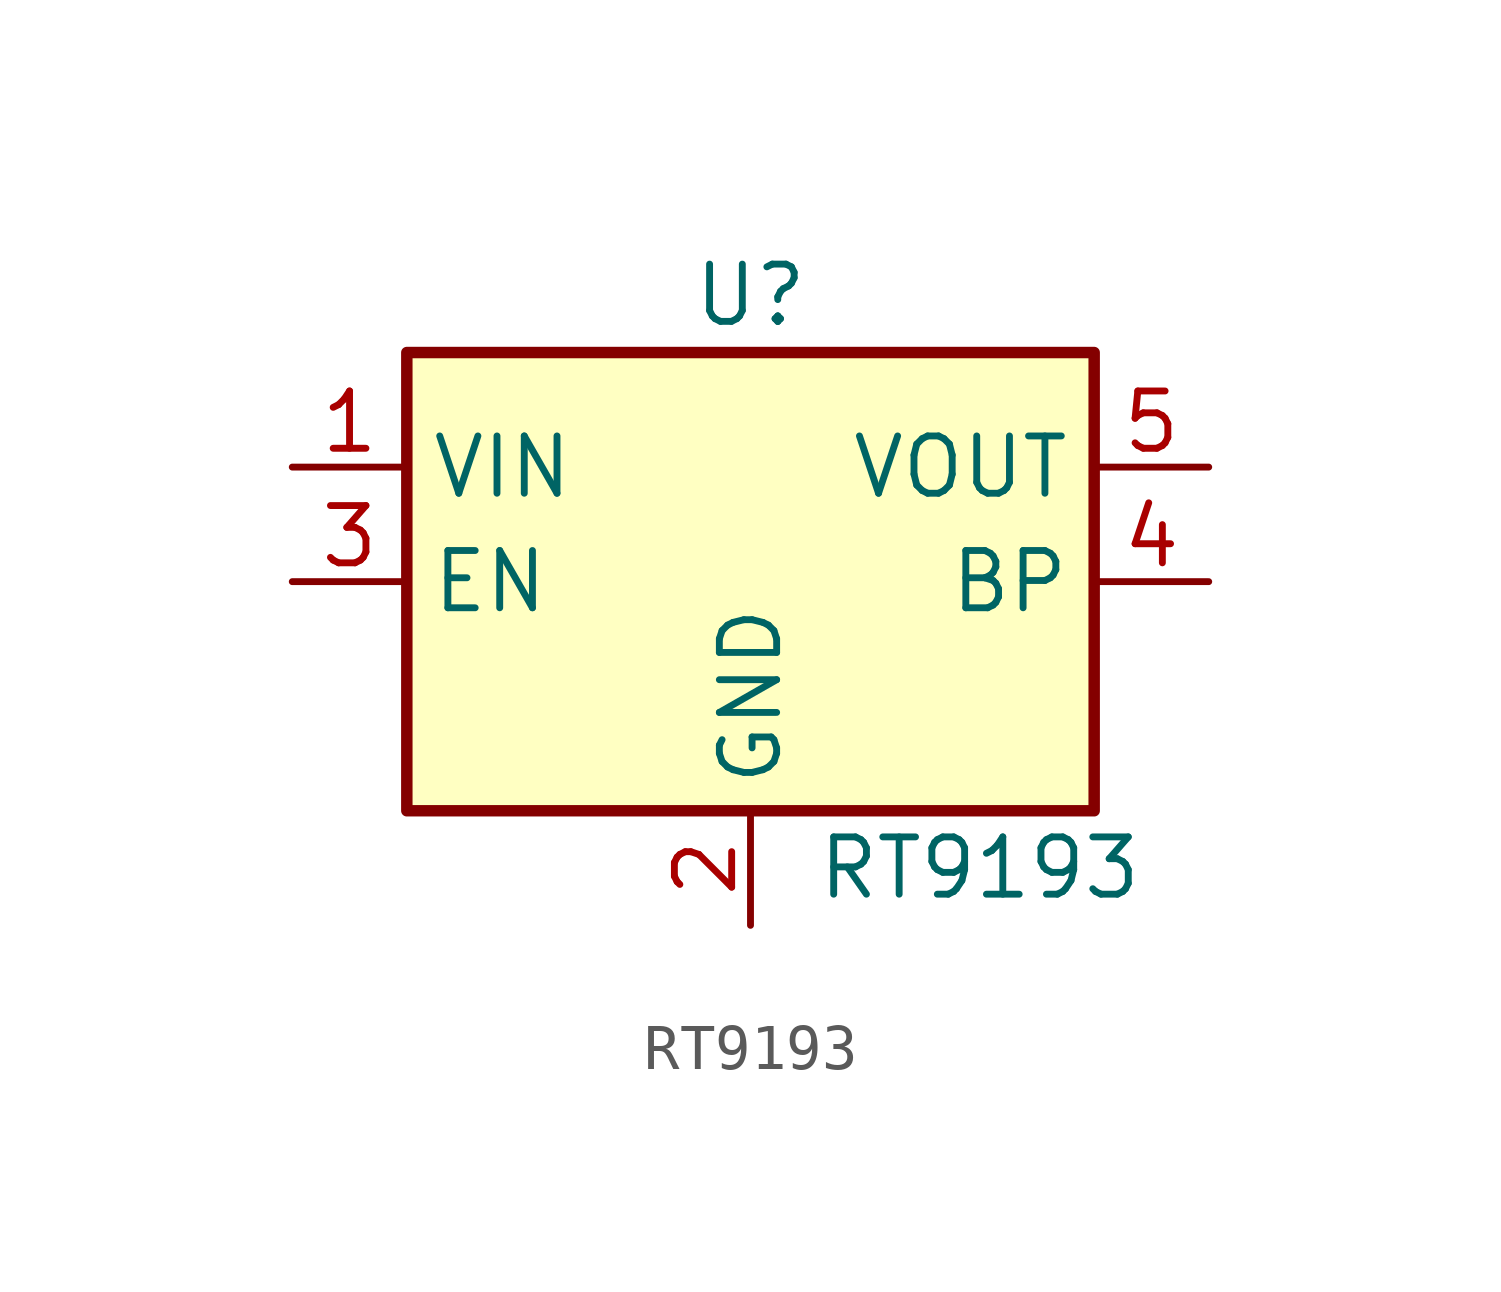
<source format=kicad_sym>
(kicad_symbol_lib
  (version 20231120)
  (generator "kicad_symbol_editor")
  (generator_version "8.0")
  (symbol "RT9193"
    (property "Reference" "U"
      (at 0 6.35 0)
      (effects (font (size 1.27 1.27))))
    (property "Value" "RT9193"
      (at 5.08 -6.35 0)
      (effects (font (size 1.27 1.27))))
    (symbol "RT9193_0_1"
      (rectangle (start -7.62 5.08) (end 7.62 -5.08) (stroke (width 0.254) (type default)) (fill (type background))))
    (symbol "RT9193_1_1"
      (pin power_in line (at -10.16 2.54 0) (length 2.54) (name "VIN" (effects (font (size 1.27 1.27)))) (number "1" (effects (font (size 1.27 1.27)))))
      (pin power_in line (at 0 -7.62 90) (length 2.54) (name "GND" (effects (font (size 1.27 1.27)))) (number "2" (effects (font (size 1.27 1.27)))))
      (pin input line (at -10.16 0 0) (length 2.54) (name "EN" (effects (font (size 1.27 1.27)))) (number "3" (effects (font (size 1.27 1.27)))))
      (pin input line (at 10.16 0 180) (length 2.54) (name "BP" (effects (font (size 1.27 1.27)))) (number "4" (effects (font (size 1.27 1.27)))))
      (pin power_out line (at 10.16 2.54 180) (length 2.54) (name "VOUT" (effects (font (size 1.27 1.27)))) (number "5" (effects (font (size 1.27 1.27))))))))
</source>
